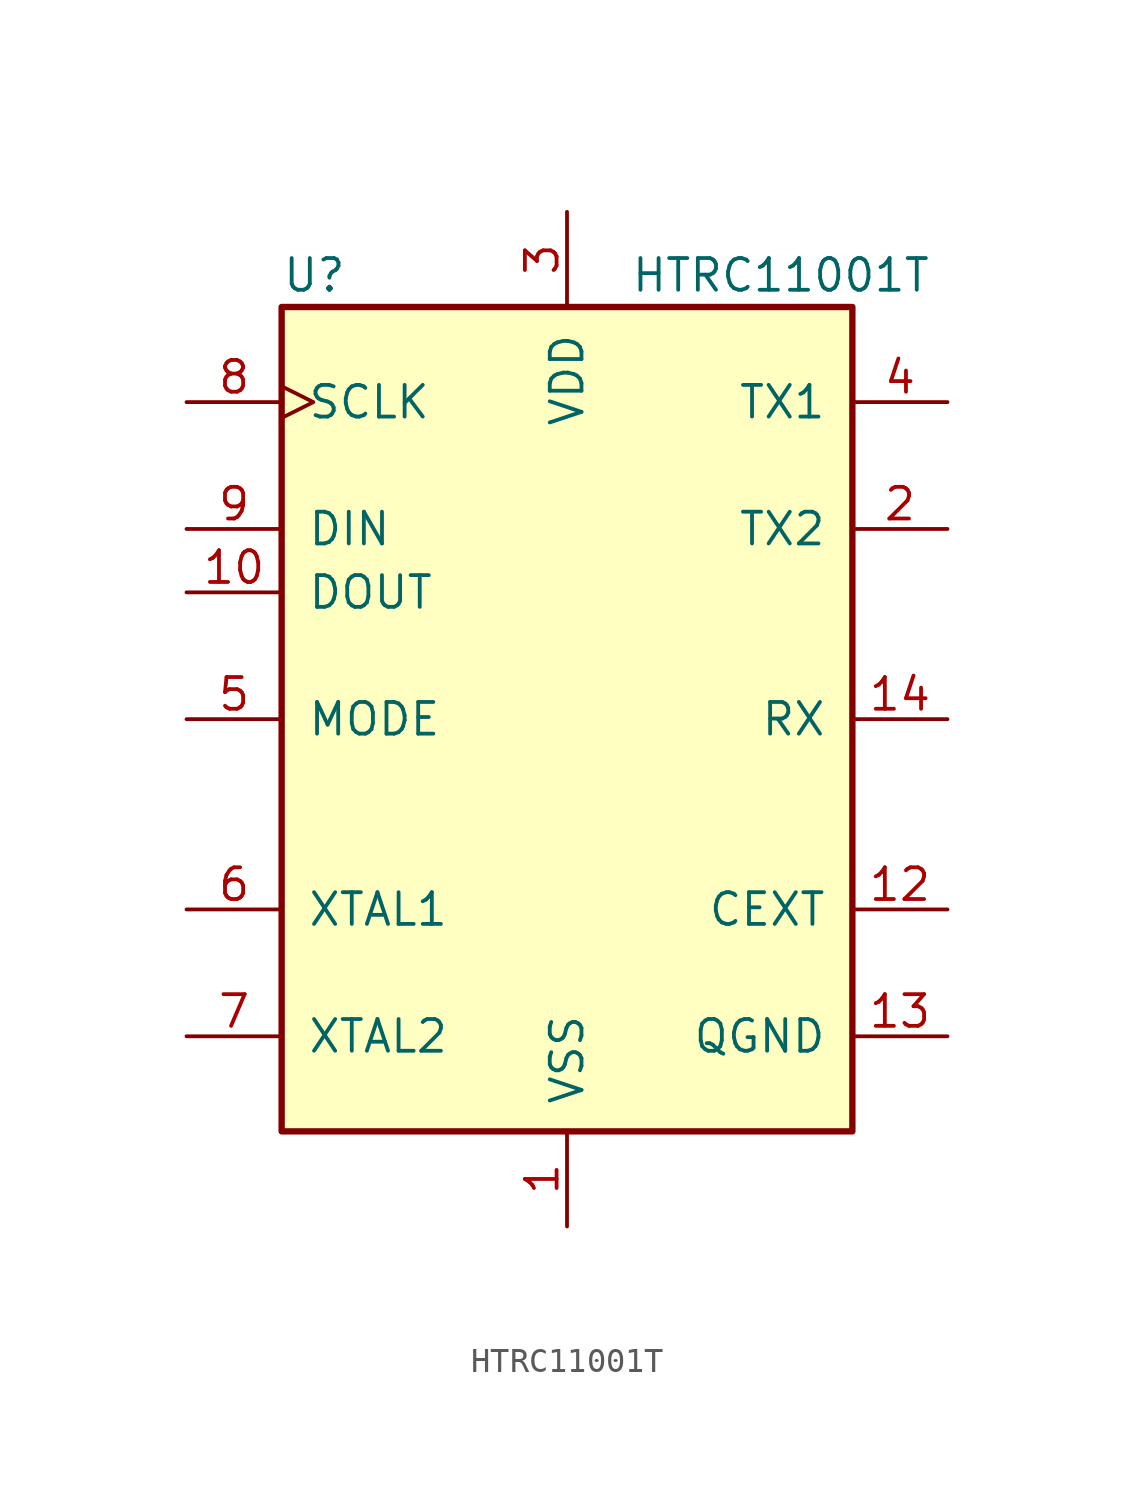
<source format=kicad_sym>
(kicad_symbol_lib
  (version 20201005)
  (generator kicad_symbol_editor)
  (symbol "HTRC11001T"
    (pin_names
      (offset 1.016))
    (property "Reference" "U"
      (at -11.43 17.78 0)
      (effects (font (size 1.27 1.27)) (justify left)))
    (property "Value" "HTRC11001T"
      (at 2.54 17.78 0)
      (effects (font (size 1.27 1.27)) (justify left)))
    (symbol "HTRC11001T_0_1"
      (rectangle (start -11.43 16.51) (end 11.43 -16.51) (stroke (width 0.254)) (fill (type background))))
    (symbol "HTRC11001T_1_1"
      (pin power_in line (at 0 -20.32 90) (length 3.81) (name "VSS" (effects (font (size 1.27 1.27)))) (number "1" (effects (font (size 1.27 1.27)))))
      (pin output line (at -15.24 5.08 0) (length 3.81) (name "DOUT" (effects (font (size 1.27 1.27)))) (number "10" (effects (font (size 1.27 1.27)))))
      (pin passive line (at 15.24 -7.62 180) (length 3.81) (name "CEXT" (effects (font (size 1.27 1.27)))) (number "12" (effects (font (size 1.27 1.27)))))
      (pin passive line (at 15.24 -12.7 180) (length 3.81) (name "QGND" (effects (font (size 1.27 1.27)))) (number "13" (effects (font (size 1.27 1.27)))))
      (pin input line (at 15.24 0 180) (length 3.81) (name "RX" (effects (font (size 1.27 1.27)))) (number "14" (effects (font (size 1.27 1.27)))))
      (pin output line (at 15.24 7.62 180) (length 3.81) (name "TX2" (effects (font (size 1.27 1.27)))) (number "2" (effects (font (size 1.27 1.27)))))
      (pin power_in line (at 0 20.32 270) (length 3.81) (name "VDD" (effects (font (size 1.27 1.27)))) (number "3" (effects (font (size 1.27 1.27)))))
      (pin output line (at 15.24 12.7 180) (length 3.81) (name "TX1" (effects (font (size 1.27 1.27)))) (number "4" (effects (font (size 1.27 1.27)))))
      (pin input line (at -15.24 0 0) (length 3.81) (name "MODE" (effects (font (size 1.27 1.27)))) (number "5" (effects (font (size 1.27 1.27)))))
      (pin input line (at -15.24 -7.62 0) (length 3.81) (name "XTAL1" (effects (font (size 1.27 1.27)))) (number "6" (effects (font (size 1.27 1.27)))))
      (pin output line (at -15.24 -12.7 0) (length 3.81) (name "XTAL2" (effects (font (size 1.27 1.27)))) (number "7" (effects (font (size 1.27 1.27)))))
      (pin input clock (at -15.24 12.7 0) (length 3.81) (name "SCLK" (effects (font (size 1.27 1.27)))) (number "8" (effects (font (size 1.27 1.27)))))
      (pin input line (at -15.24 7.62 0) (length 3.81) (name "DIN" (effects (font (size 1.27 1.27)))) (number "9" (effects (font (size 1.27 1.27))))))))
</source>
